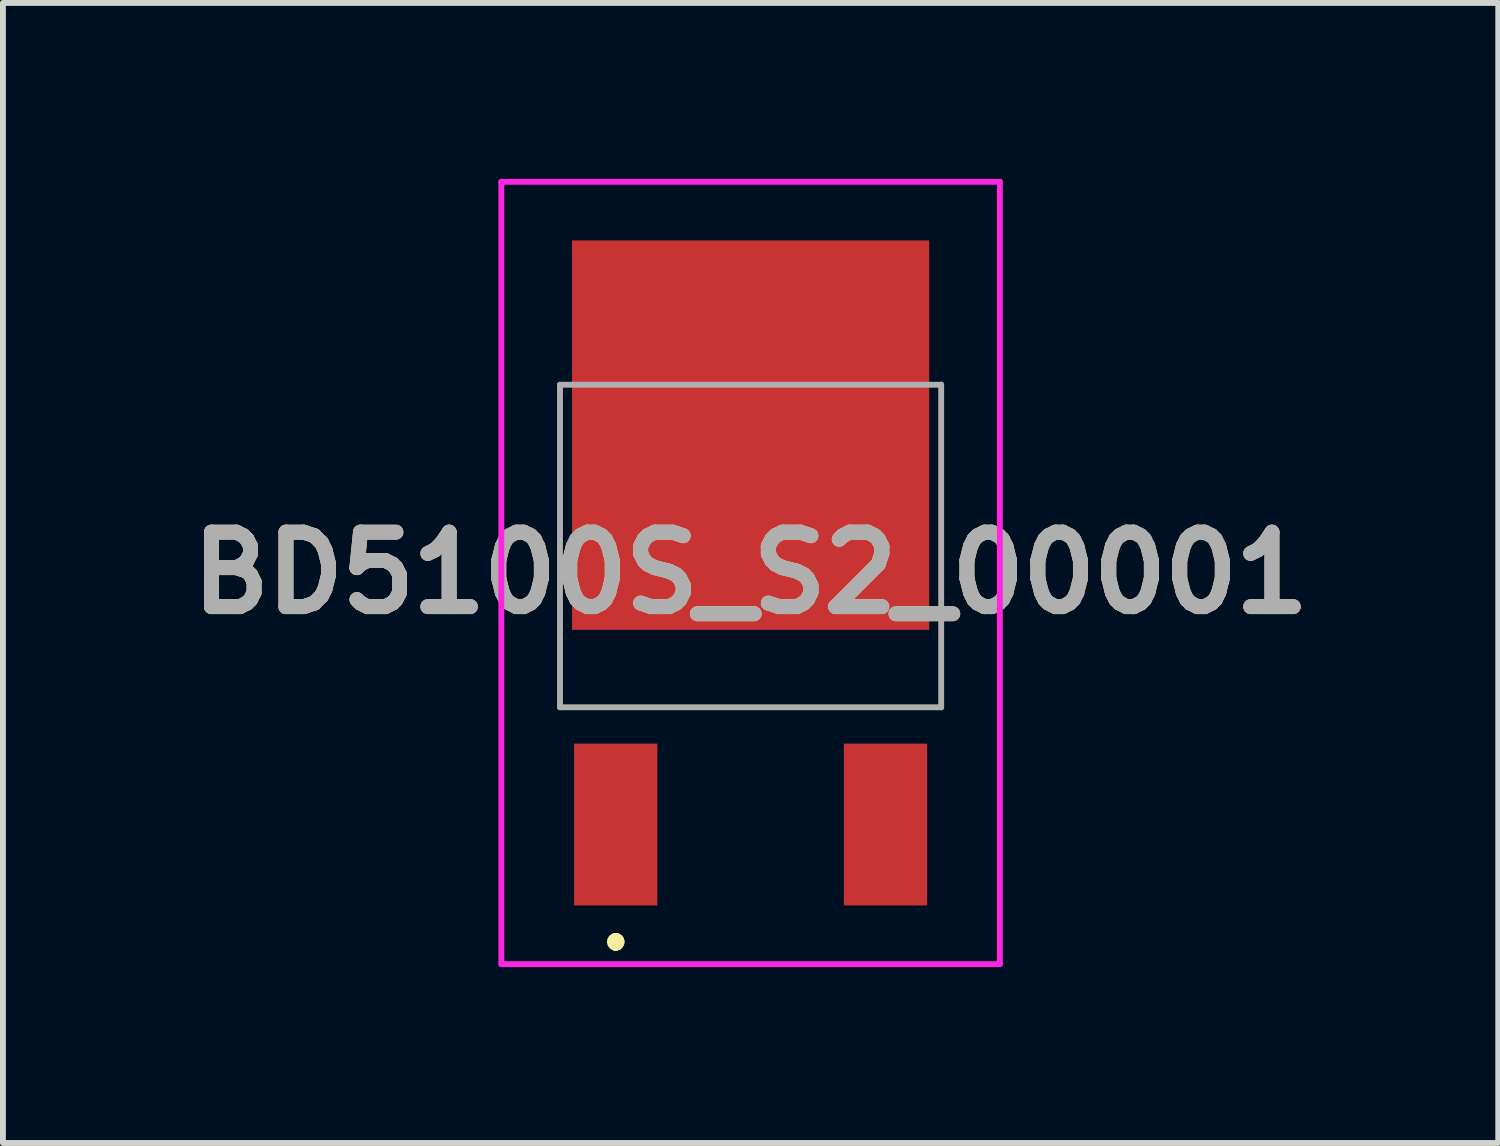
<source format=kicad_pcb>
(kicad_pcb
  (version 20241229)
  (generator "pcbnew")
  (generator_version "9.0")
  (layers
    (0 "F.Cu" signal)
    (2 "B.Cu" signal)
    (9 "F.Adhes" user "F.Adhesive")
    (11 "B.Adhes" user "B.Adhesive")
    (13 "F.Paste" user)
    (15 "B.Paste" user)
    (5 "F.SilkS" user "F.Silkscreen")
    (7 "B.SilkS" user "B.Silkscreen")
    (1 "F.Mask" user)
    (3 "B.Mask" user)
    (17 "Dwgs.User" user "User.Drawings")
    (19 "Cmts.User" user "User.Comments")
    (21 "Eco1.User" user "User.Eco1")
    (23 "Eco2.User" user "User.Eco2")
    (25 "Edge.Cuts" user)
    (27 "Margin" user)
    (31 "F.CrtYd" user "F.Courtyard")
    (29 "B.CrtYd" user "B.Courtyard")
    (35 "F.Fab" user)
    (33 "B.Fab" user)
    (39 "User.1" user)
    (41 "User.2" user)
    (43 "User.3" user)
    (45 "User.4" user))
  (footprint "BD5100S_S2_00001"
    (layer "F.Cu")
    (at 9.749 6.26)
    (property "Reference" "BD5100S_S2_00001" (at 0 0.46 0) (layer "F.SilkS") (effects (font (size 1.27 1.27) (thickness 0.254))))
    (attr smd)
    (fp_line (start -2.3 6.7) (end -2.3 6.7) (stroke (width 0.2) (type solid)) (layer "F.SilkS"))
    (fp_line (start -2.3 6.8) (end -2.3 6.8) (stroke (width 0.2) (type solid)) (layer "F.SilkS"))
    (fp_line (start -2.3 6.8) (end -2.3 6.8) (stroke (width 0.2) (type solid)) (layer "F.SilkS"))
    (fp_arc (start -2.3 6.7) (mid -2.25 6.75) (end -2.3 6.8) (stroke (width 0.2) (type solid)) (layer "F.SilkS"))
    (fp_arc (start -2.3 6.7) (mid -2.25 6.75) (end -2.3 6.8) (stroke (width 0.2) (type solid)) (layer "F.SilkS"))
    (fp_arc (start -2.3 6.8) (mid -2.35 6.75) (end -2.3 6.7) (stroke (width 0.2) (type solid)) (layer "F.SilkS"))
    (fp_line (start -4.25 -6.21) (end 4.25 -6.21) (stroke (width 0.1) (type solid)) (layer "F.CrtYd"))
    (fp_line (start -4.25 7.13) (end -4.25 -6.21) (stroke (width 0.1) (type solid)) (layer "F.CrtYd"))
    (fp_line (start 4.25 -6.21) (end 4.25 7.13) (stroke (width 0.1) (type solid)) (layer "F.CrtYd"))
    (fp_line (start 4.25 7.13) (end -4.25 7.13) (stroke (width 0.1) (type solid)) (layer "F.CrtYd"))
    (fp_line (start -3.25 -2.75) (end 3.25 -2.75) (stroke (width 0.1) (type solid)) (layer "F.Fab"))
    (fp_line (start -3.25 2.75) (end -3.25 -2.75) (stroke (width 0.1) (type solid)) (layer "F.Fab"))
    (fp_line (start 3.25 -2.75) (end 3.25 2.75) (stroke (width 0.1) (type solid)) (layer "F.Fab"))
    (fp_line (start 3.25 2.75) (end -3.25 2.75) (stroke (width 0.1) (type solid)) (layer "F.Fab"))
    (fp_text user "${REFERENCE}" (at 0 0.46 0) (layer "F.Fab") (effects (font (size 1.27 1.27) (thickness 0.254))))
    (pad "1" smd rect (at -2.3 4.75) (size 1.42 2.76) (layers "F.Cu" "F.Mask" "F.Paste"))
    (pad "2" smd rect (at 0 -1.89) (size 6.09 6.64) (layers "F.Cu" "F.Mask" "F.Paste"))
    (pad "3" smd rect (at 2.3 4.75) (size 1.42 2.76) (layers "F.Cu" "F.Mask" "F.Paste")))
  (gr_rect
    (start -3 -3)
    (end 22.498 16.44)
    (stroke (width 0.1) (type default))
    (fill no)
    (layer "Edge.Cuts")))
</source>
